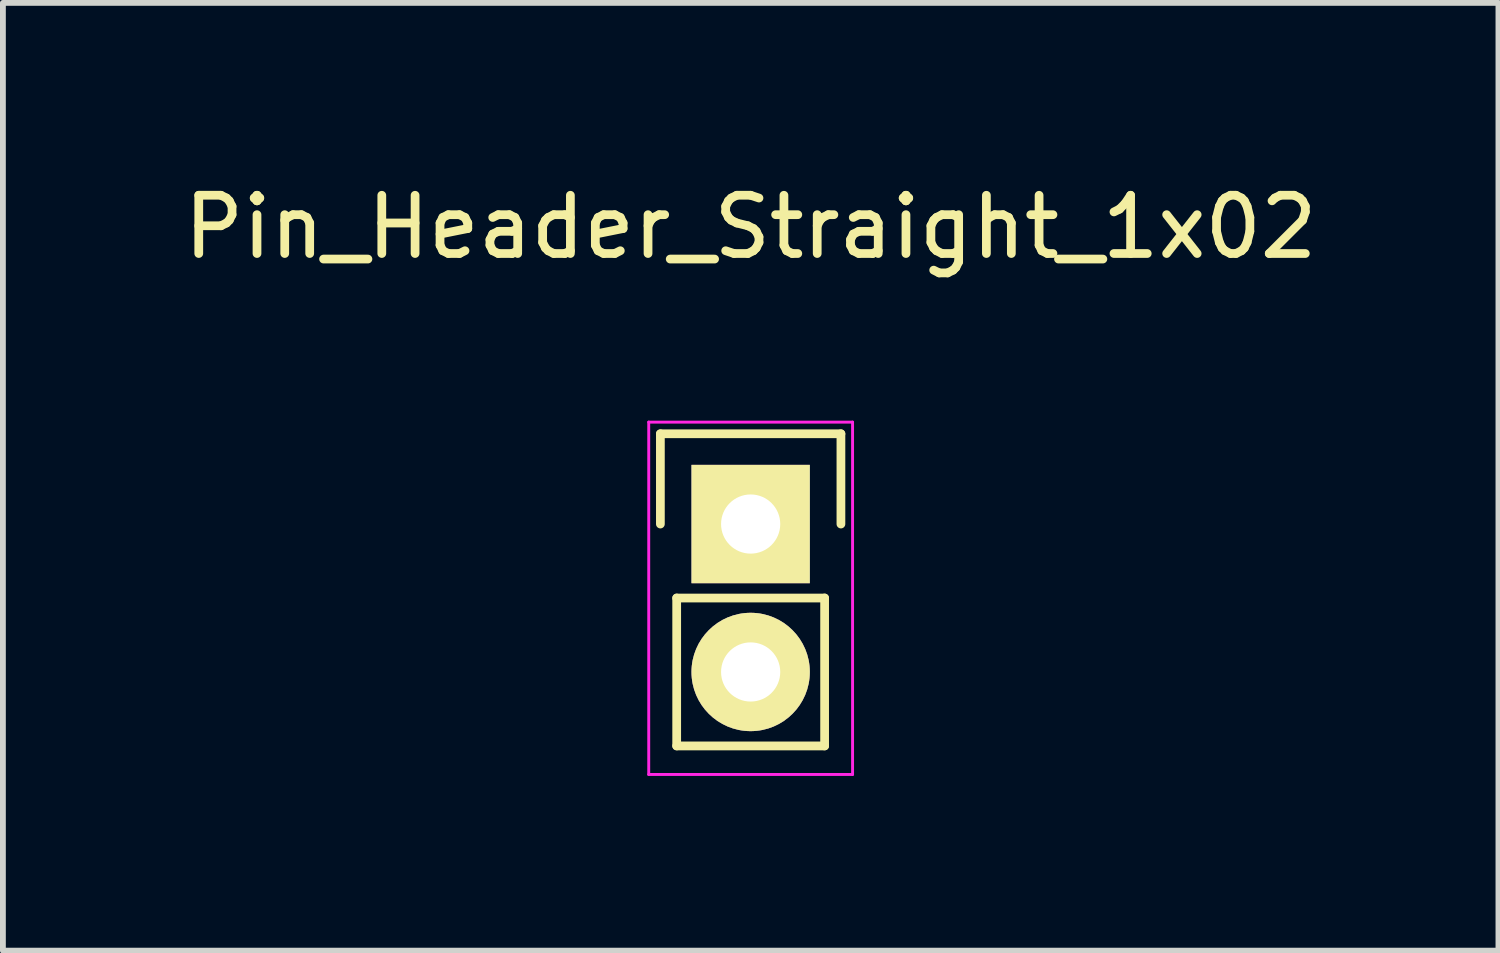
<source format=kicad_pcb>
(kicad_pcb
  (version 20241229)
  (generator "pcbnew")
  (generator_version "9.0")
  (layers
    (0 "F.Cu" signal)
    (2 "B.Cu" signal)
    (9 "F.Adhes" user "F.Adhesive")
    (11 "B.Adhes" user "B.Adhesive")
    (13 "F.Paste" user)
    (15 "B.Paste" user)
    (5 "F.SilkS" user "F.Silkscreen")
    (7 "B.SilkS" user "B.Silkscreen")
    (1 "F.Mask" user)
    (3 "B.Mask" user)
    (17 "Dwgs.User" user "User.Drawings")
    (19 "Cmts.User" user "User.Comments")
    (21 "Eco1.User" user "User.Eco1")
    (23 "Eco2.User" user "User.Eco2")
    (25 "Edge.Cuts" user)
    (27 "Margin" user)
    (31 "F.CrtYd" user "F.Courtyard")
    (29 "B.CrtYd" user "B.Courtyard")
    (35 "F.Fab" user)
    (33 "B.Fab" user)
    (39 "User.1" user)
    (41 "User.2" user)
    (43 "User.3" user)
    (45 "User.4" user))
  (footprint "Pin_Header_Straight_1x02"
    (layer "F.Cu")
    (at 9.839 5.948)
    (property "Reference" "Pin_Header_Straight_1x02" (at 0 -5.1 0) (layer "F.SilkS") (effects (font (size 1 1) (thickness 0.15))))
    (attr through_hole)
    (fp_line (start -1.55 -1.55) (end 1.55 -1.55) (stroke (width 0.15) (type solid)) (layer "F.SilkS"))
    (fp_line (start -1.55 0) (end -1.55 -1.55) (stroke (width 0.15) (type solid)) (layer "F.SilkS"))
    (fp_line (start -1.27 1.27) (end -1.27 3.81) (stroke (width 0.15) (type solid)) (layer "F.SilkS"))
    (fp_line (start -1.27 3.81) (end 1.27 3.81) (stroke (width 0.15) (type solid)) (layer "F.SilkS"))
    (fp_line (start 1.27 1.27) (end -1.27 1.27) (stroke (width 0.15) (type solid)) (layer "F.SilkS"))
    (fp_line (start 1.27 1.27) (end 1.27 3.81) (stroke (width 0.15) (type solid)) (layer "F.SilkS"))
    (fp_line (start 1.55 -1.55) (end 1.55 0) (stroke (width 0.15) (type solid)) (layer "F.SilkS"))
    (fp_line (start -1.75 -1.75) (end -1.75 4.3) (stroke (width 0.05) (type solid)) (layer "F.CrtYd"))
    (fp_line (start -1.75 -1.75) (end 1.75 -1.75) (stroke (width 0.05) (type solid)) (layer "F.CrtYd"))
    (fp_line (start -1.75 4.3) (end 1.75 4.3) (stroke (width 0.05) (type solid)) (layer "F.CrtYd"))
    (fp_line (start 1.75 -1.75) (end 1.75 4.3) (stroke (width 0.05) (type solid)) (layer "F.CrtYd"))
    (pad "1" thru_hole rect (at 0 0) (size 2.032 2.032) (drill 1.016) (layers "*.Cu" "*.Mask" "F.SilkS"))
    (pad "2" thru_hole oval (at 0 2.54) (size 2.032 2.032) (drill 1.016) (layers "*.Cu" "*.Mask" "F.SilkS")))
  (gr_rect
    (start -3 -3)
    (end 22.679 13.273)
    (stroke (width 0.1) (type default))
    (fill no)
    (layer "Edge.Cuts")))
</source>
